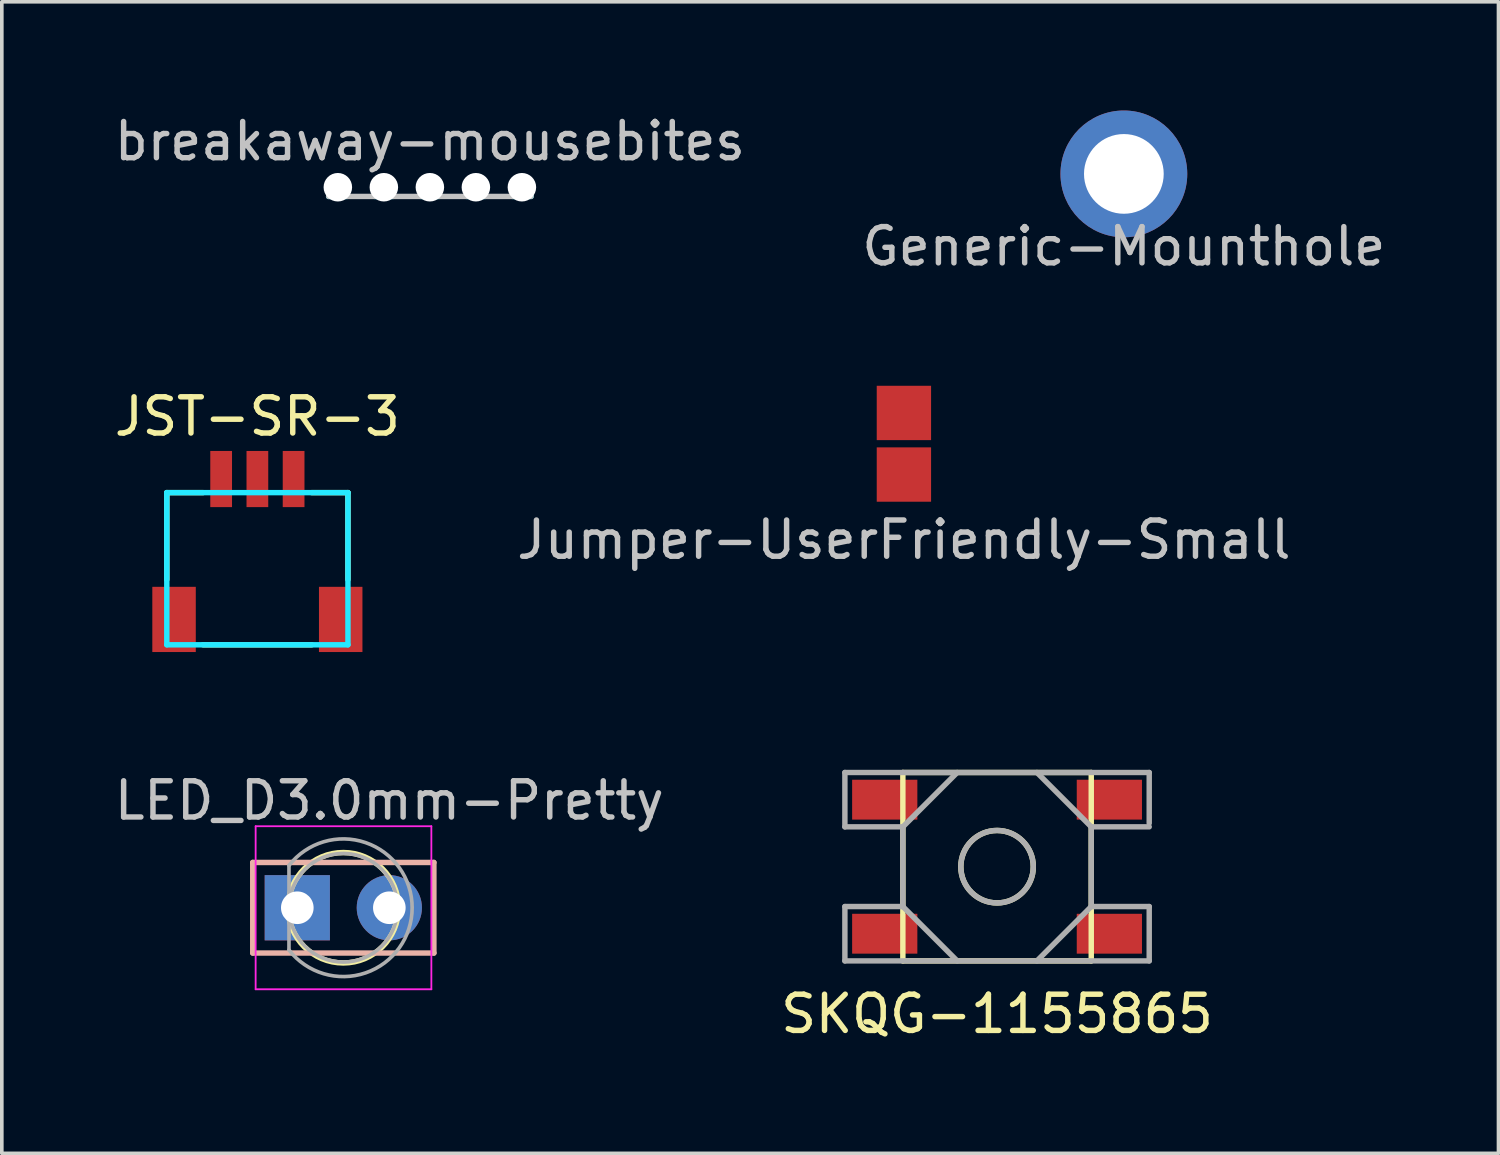
<source format=kicad_pcb>
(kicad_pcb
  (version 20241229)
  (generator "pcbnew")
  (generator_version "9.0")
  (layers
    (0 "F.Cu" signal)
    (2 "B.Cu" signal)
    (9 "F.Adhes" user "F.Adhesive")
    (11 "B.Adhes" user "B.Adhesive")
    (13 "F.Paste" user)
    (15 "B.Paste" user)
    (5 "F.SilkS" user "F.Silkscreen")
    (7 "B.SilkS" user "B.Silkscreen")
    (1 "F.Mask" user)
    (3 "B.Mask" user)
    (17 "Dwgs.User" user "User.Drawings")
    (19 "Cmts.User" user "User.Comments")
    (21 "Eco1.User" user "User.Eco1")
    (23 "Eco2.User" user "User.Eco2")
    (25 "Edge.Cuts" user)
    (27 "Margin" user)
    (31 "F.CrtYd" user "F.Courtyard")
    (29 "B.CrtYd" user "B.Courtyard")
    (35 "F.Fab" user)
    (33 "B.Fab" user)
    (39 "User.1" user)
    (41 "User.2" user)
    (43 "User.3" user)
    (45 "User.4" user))
  (footprint "LED_D3.0mm-Pretty"
    (layer "F.Cu")
    (at 6.426 22.005)
    (property "Reference" "LED_D3.0mm-Pretty" (at 1.27 -2.96 0) (layer "Dwgs.User") (effects (font (size 1 1) (thickness 0.15))))
    (attr through_hole)
    (fp_circle (center 0 0) (end 0 -1.524) (stroke (width 0.15) (type solid)) (fill no) (layer "F.SilkS"))
    (fp_line (start -2.5 -1.25) (end 2.5 -1.25) (stroke (width 0.15) (type solid)) (layer "B.SilkS"))
    (fp_line (start -2.5 1.25) (end -2.5 -1.25) (stroke (width 0.15) (type solid)) (layer "B.SilkS"))
    (fp_line (start 2.5 -1.25) (end 2.5 1.25) (stroke (width 0.15) (type solid)) (layer "B.SilkS"))
    (fp_line (start 2.5 1.25) (end -2.5 1.25) (stroke (width 0.15) (type solid)) (layer "B.SilkS"))
    (fp_line (start -2.42 -2.25) (end -2.42 2.25) (stroke (width 0.05) (type solid)) (layer "F.CrtYd"))
    (fp_line (start -2.42 2.25) (end 2.43 2.25) (stroke (width 0.05) (type solid)) (layer "F.CrtYd"))
    (fp_line (start 2.43 -2.25) (end -2.42 -2.25) (stroke (width 0.05) (type solid)) (layer "F.CrtYd"))
    (fp_line (start 2.43 2.25) (end 2.43 -2.25) (stroke (width 0.05) (type solid)) (layer "F.CrtYd"))
    (fp_line (start -1.5 -1.166) (end -1.5 1.166) (stroke (width 0.1) (type solid)) (layer "F.Fab"))
    (fp_arc (start -1.5 -1.16619) (mid 1.9 0.000452) (end -1.500555 1.165476) (stroke (width 0.1) (type solid)) (layer "F.Fab"))
    (fp_circle (center 0 0) (end 1.5 0) (stroke (width 0.1) (type solid)) (fill no) (layer "F.Fab"))
    (pad "1" thru_hole rect (at -1.27 0) (size 1.8 1.8) (drill 0.9) (layers "*.Cu" "B.Mask"))
    (pad "2" thru_hole circle (at 1.27 0) (size 1.8 1.8) (drill 0.9) (layers "*.Cu" "B.Mask")))
  (footprint "JST-SR-3"
    (layer "F.Cu")
    (at 4.054 14.947)
    (property "Reference" "JST-SR-3" (at 0 -6.5 0) (layer "F.SilkS") (effects (font (size 1 1) (thickness 0.15))))
    (attr through_hole)
    (fp_line (start -2.5 -4.4) (end -1.5 -4.4) (stroke (width 0.15) (type solid)) (layer "F.SilkS"))
    (fp_line (start -2.5 -2) (end -2.5 -4.4) (stroke (width 0.15) (type solid)) (layer "F.SilkS"))
    (fp_line (start 1.5 -4.4) (end 2.5 -4.4) (stroke (width 0.15) (type solid)) (layer "F.SilkS"))
    (fp_line (start 1.5 -0.2) (end -1.5 -0.2) (stroke (width 0.15) (type solid)) (layer "F.SilkS"))
    (fp_line (start 2.5 -4.4) (end 2.5 -2) (stroke (width 0.15) (type solid)) (layer "F.SilkS"))
    (fp_line (start -2.5 -4.4) (end 2.5 -4.4) (stroke (width 0.15) (type solid)) (layer "B.CrtYd"))
    (fp_line (start -2.5 -0.2) (end -2.5 -4.4) (stroke (width 0.15) (type solid)) (layer "B.CrtYd"))
    (fp_line (start 2.5 -4.4) (end 2.5 -0.2) (stroke (width 0.15) (type solid)) (layer "B.CrtYd"))
    (fp_line (start 2.5 -0.2) (end -2.5 -0.2) (stroke (width 0.15) (type solid)) (layer "B.CrtYd"))
    (pad "" smd rect (at -2.3 -0.9) (size 1.2 1.8) (layers "F.Cu" "F.Mask" "F.Paste"))
    (pad "" smd rect (at 2.3 -0.9) (size 1.2 1.8) (layers "F.Cu" "F.Mask" "F.Paste"))
    (pad "1" smd rect (at -1 -4.775) (size 0.6 1.55) (layers "F.Cu" "F.Mask" "F.Paste"))
    (pad "2" smd rect (at 0 -4.775) (size 0.6 1.55) (layers "F.Cu" "F.Mask" "F.Paste"))
    (pad "3" smd rect (at 1 -4.775) (size 0.6 1.55) (layers "F.Cu" "F.Mask" "F.Paste")))
  (footprint "SKQG-1155865"
    (layer "F.Cu")
    (at 24.47 20.872)
    (property "Reference" "SKQG-1155865" (at 0 4.064 0) (layer "F.SilkS") (effects (font (size 1 1) (thickness 0.15))))
    (attr smd)
    (fp_line (start -2.6 -2.6) (end 2.6 -2.6) (stroke (width 0.15) (type solid)) (layer "F.SilkS"))
    (fp_line (start -2.6 2.6) (end -2.6 -2.6) (stroke (width 0.15) (type solid)) (layer "F.SilkS"))
    (fp_line (start 2.6 -2.6) (end 2.6 2.6) (stroke (width 0.15) (type solid)) (layer "F.SilkS"))
    (fp_line (start 2.6 2.6) (end -2.6 2.6) (stroke (width 0.15) (type solid)) (layer "F.SilkS"))
    (fp_circle (center 0 0) (end 1 0) (stroke (width 0.15) (type solid)) (fill no) (layer "F.SilkS"))
    (fp_line (start -4.2 -2.6) (end 4.2 -2.6) (stroke (width 0.15) (type solid)) (layer "F.Fab"))
    (fp_line (start -4.2 -1.1) (end -4.2 -2.6) (stroke (width 0.15) (type solid)) (layer "F.Fab"))
    (fp_line (start -4.2 1.1) (end -2.6 1.1) (stroke (width 0.15) (type solid)) (layer "F.Fab"))
    (fp_line (start -4.2 2.6) (end -4.2 1.1) (stroke (width 0.15) (type solid)) (layer "F.Fab"))
    (fp_line (start -2.6 -1.1) (end -4.2 -1.1) (stroke (width 0.15) (type solid)) (layer "F.Fab"))
    (fp_line (start -2.6 -1.1) (end -1.1 -2.6) (stroke (width 0.15) (type solid)) (layer "F.Fab"))
    (fp_line (start -2.6 1.1) (end -2.6 -1.1) (stroke (width 0.15) (type solid)) (layer "F.Fab"))
    (fp_line (start -2.6 1.1) (end -1.1 2.6) (stroke (width 0.15) (type solid)) (layer "F.Fab"))
    (fp_line (start 2.6 -1.1) (end 1.1 -2.6) (stroke (width 0.15) (type solid)) (layer "F.Fab"))
    (fp_line (start 2.6 -1.1) (end 2.6 1.1) (stroke (width 0.15) (type solid)) (layer "F.Fab"))
    (fp_line (start 2.6 1.1) (end 1.1 2.6) (stroke (width 0.15) (type solid)) (layer "F.Fab"))
    (fp_line (start 2.6 1.1) (end 4.2 1.1) (stroke (width 0.15) (type solid)) (layer "F.Fab"))
    (fp_line (start 4.2 -2.6) (end 4.2 -1.2) (stroke (width 0.15) (type solid)) (layer "F.Fab"))
    (fp_line (start 4.2 -1.1) (end 2.6 -1.1) (stroke (width 0.15) (type solid)) (layer "F.Fab"))
    (fp_line (start 4.2 1.1) (end 4.2 2.6) (stroke (width 0.15) (type solid)) (layer "F.Fab"))
    (fp_line (start 4.2 2.6) (end -4.2 2.6) (stroke (width 0.15) (type solid)) (layer "F.Fab"))
    (fp_circle (center 0 0) (end 1 0) (stroke (width 0.15) (type solid)) (fill no) (layer "F.Fab"))
    (pad "1" smd rect (at 3.1 1.85) (size 1.8 1.1) (layers "F.Cu" "F.Mask" "F.Paste"))
    (pad "2" smd rect (at -3.1 -1.85) (size 1.8 1.1) (layers "F.Cu" "F.Mask" "F.Paste"))
    (pad "3" smd rect (at 3.1 -1.85) (size 1.8 1.1) (layers "F.Cu" "F.Mask" "F.Paste"))
    (pad "4" smd rect (at -3.1 1.85) (size 1.8 1.1) (layers "F.Cu" "F.Mask" "F.Paste")))
  (footprint "Jumper-UserFriendly-Small"
    (layer "F.Cu")
    (at 21.899 9.198)
    (property "Reference" "Jumper-UserFriendly-Small" (at 0 2.65 0) (layer "Dwgs.User") (effects (font (size 1 1) (thickness 0.15))))
    (attr exclude_from_pos_files exclude_from_bom)
    (pad "1" smd rect (at 0 -0.85) (size 1.5 1.5) (layers "F.Cu" "F.Mask"))
    (pad "2" smd rect (at 0 0.85) (size 1.5 1.5) (layers "F.Cu" "F.Mask")))
  (footprint "Generic-Mounthole"
    (layer "F.Cu")
    (at 27.97 1.75)
    (property "Reference" "Generic-Mounthole" (at 0 2 0) (layer "Dwgs.User") (effects (font (size 1 1) (thickness 0.15))))
    (attr exclude_from_pos_files exclude_from_bom)
    (pad "1" thru_hole circle (at 0 0) (size 3.5 3.5) (drill 2.2) (layers "*.Cu" "*.Mask")))
  (footprint "breakaway-mousebites"
    (layer "F.Cu")
    (at 8.815 2.372)
    (property "Reference" "breakaway-mousebites" (at 0 -1.524 0) (layer "Dwgs.User") (effects (font (size 1 1) (thickness 0.15))))
    (attr exclude_from_pos_files exclude_from_bom)
    (fp_line (start -2.794 0) (end 2.794 0) (stroke (width 0.15) (type solid)) (layer "Dwgs.User"))
    (fp_line (start -2.286 0) (end -2.794 0) (stroke (width 0.15) (type solid)) (layer "B.CrtYd"))
    (fp_line (start -1.016 0) (end -1.524 0) (stroke (width 0.15) (type solid)) (layer "B.CrtYd"))
    (fp_line (start 0.254 0) (end -0.254 0) (stroke (width 0.15) (type solid)) (layer "B.CrtYd"))
    (fp_line (start 1.016 0) (end 1.524 0) (stroke (width 0.15) (type solid)) (layer "B.CrtYd"))
    (fp_line (start 2.286 0) (end 2.794 0) (stroke (width 0.15) (type solid)) (layer "B.CrtYd"))
    (pad "" np_thru_hole circle (at -2.54 -0.254) (size 0.787 0.787) (drill 0.787) (layers "*.Cu" "*.Mask"))
    (pad "" np_thru_hole circle (at -1.27 -0.254) (size 0.787 0.787) (drill 0.787) (layers "*.Cu" "*.Mask"))
    (pad "" np_thru_hole circle (at 0 -0.254) (size 0.787 0.787) (drill 0.787) (layers "*.Cu" "*.Mask"))
    (pad "" np_thru_hole circle (at 1.27 -0.254) (size 0.787 0.787) (drill 0.787) (layers "*.Cu" "*.Mask"))
    (pad "" np_thru_hole circle (at 2.54 -0.254) (size 0.787 0.787) (drill 0.787) (layers "*.Cu" "*.Mask")))
  (gr_rect
    (start -3 -3)
    (end 38.31 28.784)
    (stroke (width 0.1) (type default))
    (fill no)
    (layer "Edge.Cuts")))
</source>
